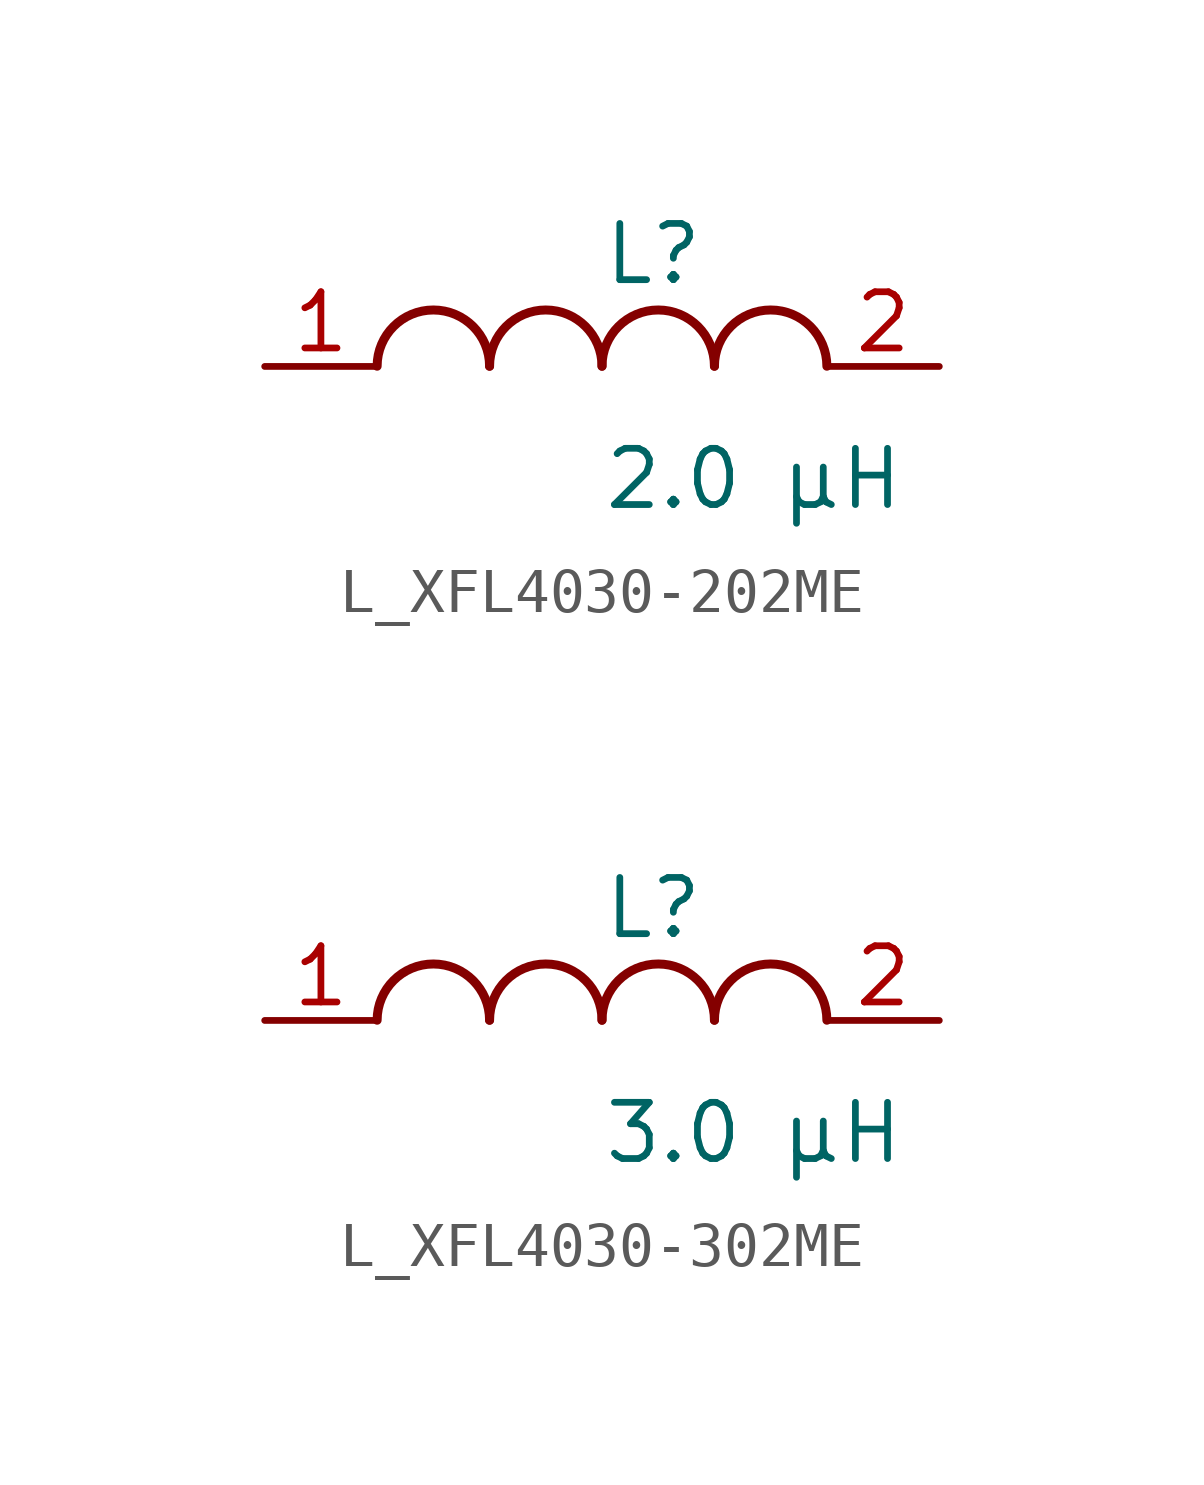
<source format=kicad_sym>
(kicad_symbol_lib
  (version 20231120)
  (generator kicad_symbol_editor)
  (generator_version 8.0)
  (symbol "L_XFL4030-202ME"
    (pin_names
      (offset 0.254))
    (property "Reference" "L"
      (at 0.0 2.54 0)
      (effects (font (size 1.27 1.27)) (justify left)))
    (property "Value" "2.0 µH"
      (at 0.0 -2.54 0)
      (effects (font (size 1.27 1.27)) (justify left)))
    (symbol "L_XFL4030-202ME_1_1"
      (arc (start -2.54 0.0056) (mid -3.81 1.27) (end -5.08 0.0056) (stroke (width 0.2032) (type default)) (fill (type none)))
      (arc (start 0 0.0056) (mid -1.27 1.27) (end -2.54 0.0056) (stroke (width 0.2032) (type default)) (fill (type none)))
      (arc (start 2.54 0.0056) (mid 1.27 1.27) (end 0 0.0056) (stroke (width 0.2032) (type default)) (fill (type none)))
      (arc (start 5.08 0.0056) (mid 3.81 1.27) (end 2.54 0.0056) (stroke (width 0.2032) (type default)) (fill (type none)))
      (pin unspecified line (at -7.62 0 0) (length 2.54) (name "" (effects (font (size 1.27 1.27)))) (number "1" (effects (font (size 1.27 1.27)))))
      (pin unspecified line (at 7.62 0 180) (length 2.54) (name "" (effects (font (size 1.27 1.27)))) (number "2" (effects (font (size 1.27 1.27)))))))
  (symbol "L_XFL4030-302ME"
    (pin_names
      (offset 0.254))
    (property "Reference" "L"
      (at 0.0 2.54 0)
      (effects (font (size 1.27 1.27)) (justify left)))
    (property "Value" "3.0 µH"
      (at 0.0 -2.54 0)
      (effects (font (size 1.27 1.27)) (justify left)))
    (symbol "L_XFL4030-302ME_1_1"
      (arc (start -2.54 0.0056) (mid -3.81 1.27) (end -5.08 0.0056) (stroke (width 0.2032) (type default)) (fill (type none)))
      (arc (start 0 0.0056) (mid -1.27 1.27) (end -2.54 0.0056) (stroke (width 0.2032) (type default)) (fill (type none)))
      (arc (start 2.54 0.0056) (mid 1.27 1.27) (end 0 0.0056) (stroke (width 0.2032) (type default)) (fill (type none)))
      (arc (start 5.08 0.0056) (mid 3.81 1.27) (end 2.54 0.0056) (stroke (width 0.2032) (type default)) (fill (type none)))
      (pin unspecified line (at -7.62 0 0) (length 2.54) (name "" (effects (font (size 1.27 1.27)))) (number "1" (effects (font (size 1.27 1.27)))))
      (pin unspecified line (at 7.62 0 180) (length 2.54) (name "" (effects (font (size 1.27 1.27)))) (number "2" (effects (font (size 1.27 1.27))))))))
</source>
